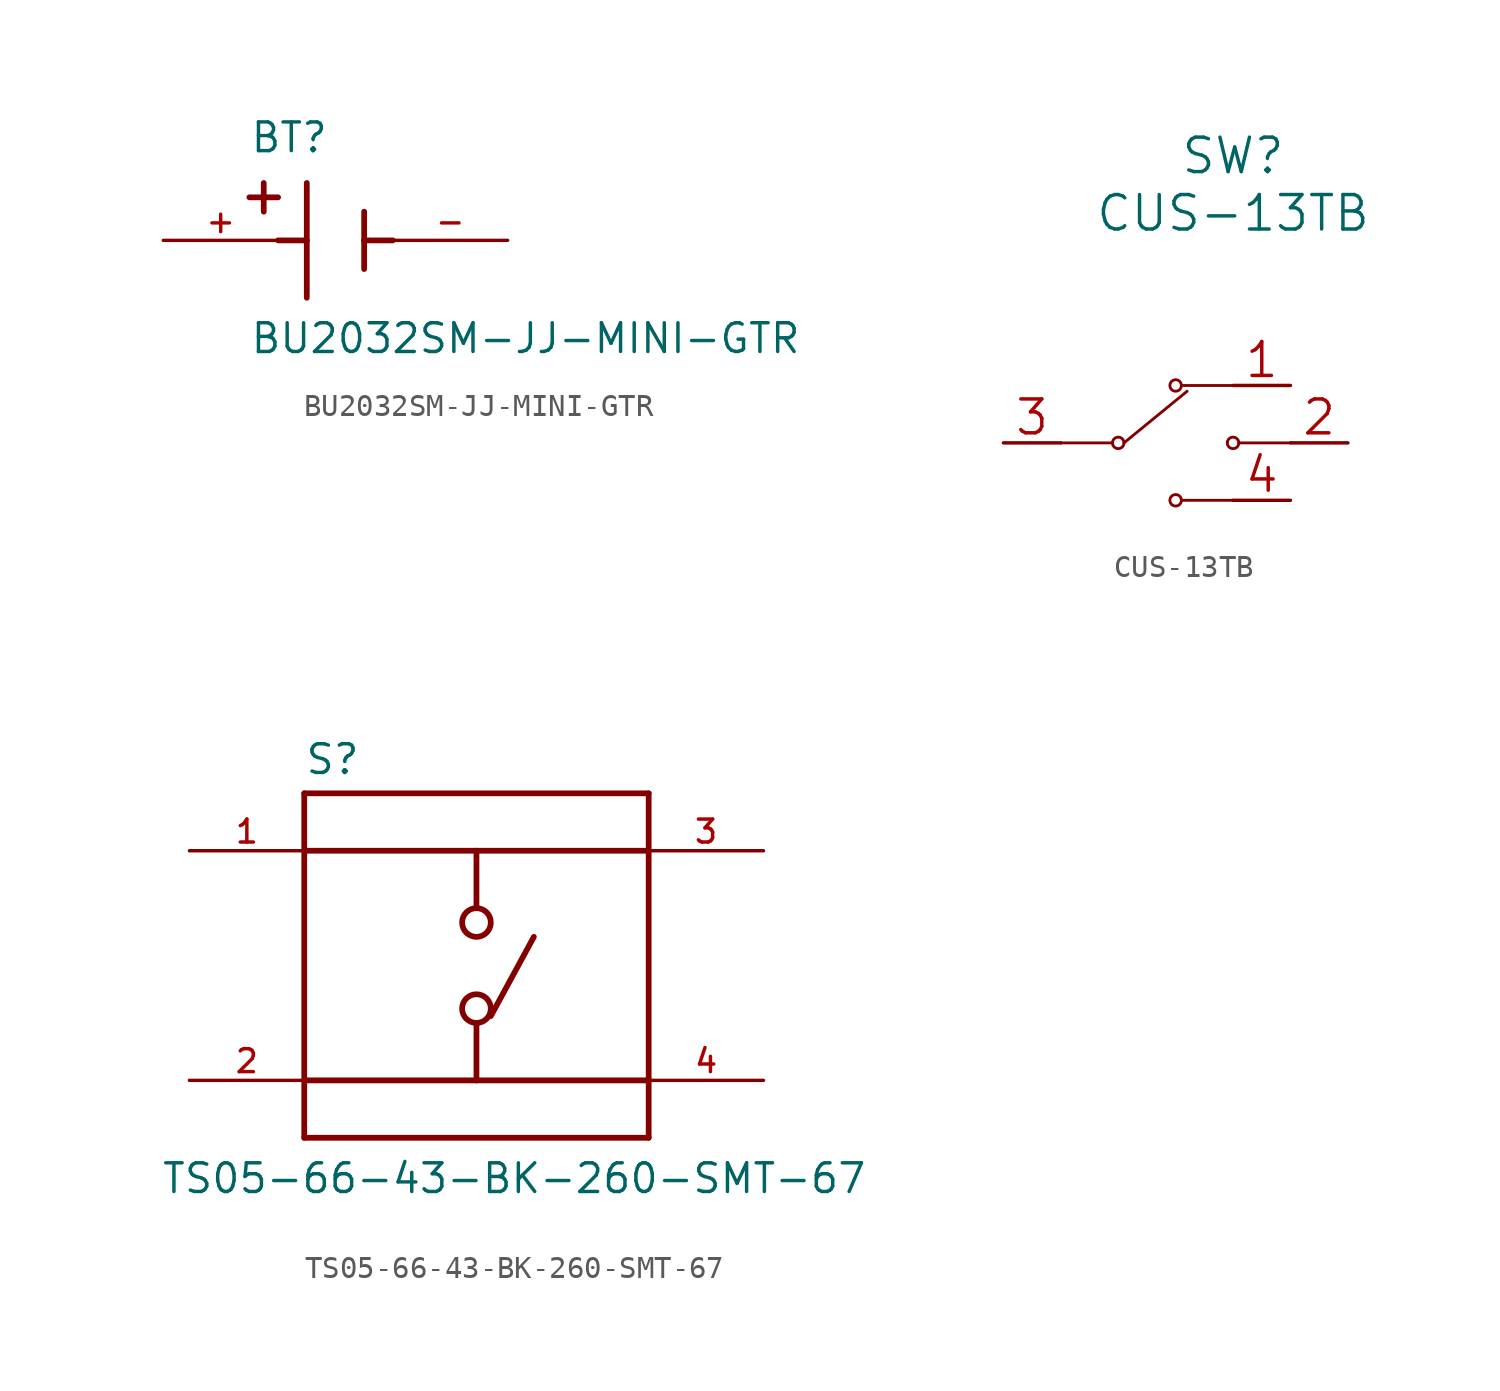
<source format=kicad_sym>
(kicad_symbol_lib
  (version 20211014)
  (generator kicad_symbol_editor)
  (symbol "BU2032SM-JJ-MINI-GTR"
    (pin_names
      (offset 1.016) hide)
    (property "Reference" "BT"
      (at -3.81 3.81 0)
      (effects (font (size 1.27 1.27)) (justify left bottom)))
    (property "Value" "BU2032SM-JJ-MINI-GTR"
      (at -3.81 -5.08 0)
      (effects (font (size 1.27 1.27)) (justify left bottom)))
    (property "ki_locked" ""
      (at 0 0 0)
      (effects (font (size 1.27 1.27))))
    (symbol "BU2032SM-JJ-MINI-GTR_0_0"
      (polyline (pts (xy -3.81 1.905) (xy -2.54 1.905)) (stroke (width 0.254) (type default) (color 0 0 0 0)) (fill (type none)))
      (polyline (pts (xy -3.175 2.54) (xy -3.175 1.27)) (stroke (width 0.254) (type default) (color 0 0 0 0)) (fill (type none)))
      (polyline (pts (xy -1.27 0) (xy -2.54 0)) (stroke (width 0.254) (type default) (color 0 0 0 0)) (fill (type none)))
      (polyline (pts (xy -1.27 0) (xy -1.27 -2.54)) (stroke (width 0.254) (type default) (color 0 0 0 0)) (fill (type none)))
      (polyline (pts (xy -1.27 2.54) (xy -1.27 0)) (stroke (width 0.254) (type default) (color 0 0 0 0)) (fill (type none)))
      (polyline (pts (xy 1.27 0) (xy 1.27 -1.27)) (stroke (width 0.254) (type default) (color 0 0 0 0)) (fill (type none)))
      (polyline (pts (xy 1.27 0) (xy 2.54 0)) (stroke (width 0.254) (type default) (color 0 0 0 0)) (fill (type none)))
      (polyline (pts (xy 1.27 1.27) (xy 1.27 0)) (stroke (width 0.254) (type default) (color 0 0 0 0)) (fill (type none)))
      (pin passive line (at -7.62 0 0) (length 5.08) (name "~" (effects (font (size 1.016 1.016)))) (number "+" (effects (font (size 1.016 1.016)))))
      (pin passive line (at 7.62 0 180) (length 5.08) (name "~" (effects (font (size 1.016 1.016)))) (number "-" (effects (font (size 1.016 1.016)))))))
  (symbol "CUS-13TB"
    (pin_names
      (offset 0.254) hide)
    (property "Reference" "SW"
      (at 10.16 12.7 0)
      (effects (font (size 1.524 1.524))))
    (property "Value" "CUS-13TB"
      (at 10.16 10.16 0)
      (effects (font (size 1.524 1.524))))
    (property "Datasheet" ""
      (at 0 0 0)
      (effects (font (size 1.524 1.524))))
    (property "ki_locked" ""
      (at 0 0 0)
      (effects (font (size 1.27 1.27))))
    (symbol "CUS-13TB_1_1"
      (polyline (pts (xy 2.54 0) (xy 4.826 0)) (stroke (width 0.127) (type default) (color 0 0 0 0)) (fill (type none)))
      (polyline (pts (xy 5.334 0) (xy 8.128 2.286)) (stroke (width 0.127) (type default) (color 0 0 0 0)) (fill (type none)))
      (polyline (pts (xy 10.16 -2.54) (xy 7.874 -2.54)) (stroke (width 0.127) (type default) (color 0 0 0 0)) (fill (type none)))
      (polyline (pts (xy 10.16 2.54) (xy 7.874 2.54)) (stroke (width 0.127) (type default) (color 0 0 0 0)) (fill (type none)))
      (polyline (pts (xy 12.7 0) (xy 10.414 0)) (stroke (width 0.127) (type default) (color 0 0 0 0)) (fill (type none)))
      (circle (center 5.08 0) (radius 0.254) (stroke (width 0.127) (type default) (color 0 0 0 0)) (fill (type none)))
      (circle (center 7.62 -2.54) (radius 0.254) (stroke (width 0.127) (type default) (color 0 0 0 0)) (fill (type none)))
      (circle (center 7.62 2.54) (radius 0.254) (stroke (width 0.127) (type default) (color 0 0 0 0)) (fill (type none)))
      (arc (start 7.874 -2.54) (mid 7.366 -2.54) (end 7.874 -2.54) (stroke (width 0.127) (type default) (color 0 0 0 0)) (fill (type none)))
      (arc (start 7.874 2.54) (mid 7.366 2.54) (end 7.874 2.54) (stroke (width 0.127) (type default) (color 0 0 0 0)) (fill (type none)))
      (circle (center 10.16 0) (radius 0.254) (stroke (width 0.127) (type default) (color 0 0 0 0)) (fill (type none)))
      (arc (start 10.414 0) (mid 9.906 0) (end 10.414 0) (stroke (width 0.127) (type default) (color 0 0 0 0)) (fill (type none)))
      (pin unspecified line (at 12.7 2.54 180) (length 2.54) (name "1" (effects (font (size 1.499 1.499)))) (number "1" (effects (font (size 1.499 1.499)))))
      (pin unspecified line (at 15.24 0 180) (length 2.54) (name "2" (effects (font (size 1.499 1.499)))) (number "2" (effects (font (size 1.499 1.499)))))
      (pin unspecified line (at 0 0 0) (length 2.54) (name "3" (effects (font (size 1.499 1.499)))) (number "3" (effects (font (size 1.499 1.499)))))
      (pin unspecified line (at 12.7 -2.54 180) (length 2.54) (name "4" (effects (font (size 1.499 1.499)))) (number "4" (effects (font (size 1.499 1.499)))))))
  (symbol "TS05-66-43-BK-260-SMT-67"
    (pin_names
      (offset 1.016) hide)
    (property "Reference" "S"
      (at -7.62 8.382 0)
      (effects (font (size 1.27 1.27)) (justify left bottom)))
    (property "Value" "TS05-66-43-BK-260-SMT-67"
      (at -13.97 -10.16 0)
      (effects (font (size 1.27 1.27)) (justify left bottom)))
    (property "ki_locked" ""
      (at 0 0 0)
      (effects (font (size 1.27 1.27))))
    (symbol "TS05-66-43-BK-260-SMT-67_0_0"
      (circle (center 0 -1.905) (radius 0.635) (stroke (width 0.254) (type default) (color 0 0 0 0)) (fill (type none)))
      (polyline (pts (xy -7.62 -7.62) (xy 7.62 -7.62)) (stroke (width 0.254) (type default) (color 0 0 0 0)) (fill (type none)))
      (polyline (pts (xy -7.62 -5.08) (xy -7.62 -7.62)) (stroke (width 0.254) (type default) (color 0 0 0 0)) (fill (type none)))
      (polyline (pts (xy -7.62 5.08) (xy -7.62 -5.08)) (stroke (width 0.254) (type default) (color 0 0 0 0)) (fill (type none)))
      (polyline (pts (xy -7.62 7.62) (xy -7.62 5.08)) (stroke (width 0.254) (type default) (color 0 0 0 0)) (fill (type none)))
      (polyline (pts (xy 0 -5.08) (xy -7.62 -5.08)) (stroke (width 0.254) (type default) (color 0 0 0 0)) (fill (type none)))
      (polyline (pts (xy 0 -5.08) (xy 7.62 -5.08)) (stroke (width 0.254) (type default) (color 0 0 0 0)) (fill (type none)))
      (polyline (pts (xy 0 -2.54) (xy 0 -5.08)) (stroke (width 0.254) (type default) (color 0 0 0 0)) (fill (type none)))
      (polyline (pts (xy 0 5.08) (xy -7.62 5.08)) (stroke (width 0.254) (type default) (color 0 0 0 0)) (fill (type none)))
      (polyline (pts (xy 0 5.08) (xy 0 2.54)) (stroke (width 0.254) (type default) (color 0 0 0 0)) (fill (type none)))
      (polyline (pts (xy 0 5.08) (xy 7.62 5.08)) (stroke (width 0.254) (type default) (color 0 0 0 0)) (fill (type none)))
      (polyline (pts (xy 0.635 -2.235) (xy 2.54 1.27)) (stroke (width 0.254) (type default) (color 0 0 0 0)) (fill (type none)))
      (polyline (pts (xy 7.62 -7.62) (xy 7.62 -5.08)) (stroke (width 0.254) (type default) (color 0 0 0 0)) (fill (type none)))
      (polyline (pts (xy 7.62 -5.08) (xy 7.62 5.08)) (stroke (width 0.254) (type default) (color 0 0 0 0)) (fill (type none)))
      (polyline (pts (xy 7.62 5.08) (xy 7.62 7.62)) (stroke (width 0.254) (type default) (color 0 0 0 0)) (fill (type none)))
      (polyline (pts (xy 7.62 7.62) (xy -7.62 7.62)) (stroke (width 0.254) (type default) (color 0 0 0 0)) (fill (type none)))
      (circle (center 0 1.905) (radius 0.635) (stroke (width 0.254) (type default) (color 0 0 0 0)) (fill (type none)))
      (pin passive line (at -12.7 5.08 0) (length 5.08) (name "~" (effects (font (size 1.016 1.016)))) (number "1" (effects (font (size 1.016 1.016)))))
      (pin passive line (at -12.7 -5.08 0) (length 5.08) (name "~" (effects (font (size 1.016 1.016)))) (number "2" (effects (font (size 1.016 1.016)))))
      (pin passive line (at 12.7 5.08 180) (length 5.08) (name "~" (effects (font (size 1.016 1.016)))) (number "3" (effects (font (size 1.016 1.016)))))
      (pin passive line (at 12.7 -5.08 180) (length 5.08) (name "~" (effects (font (size 1.016 1.016)))) (number "4" (effects (font (size 1.016 1.016))))))))
</source>
